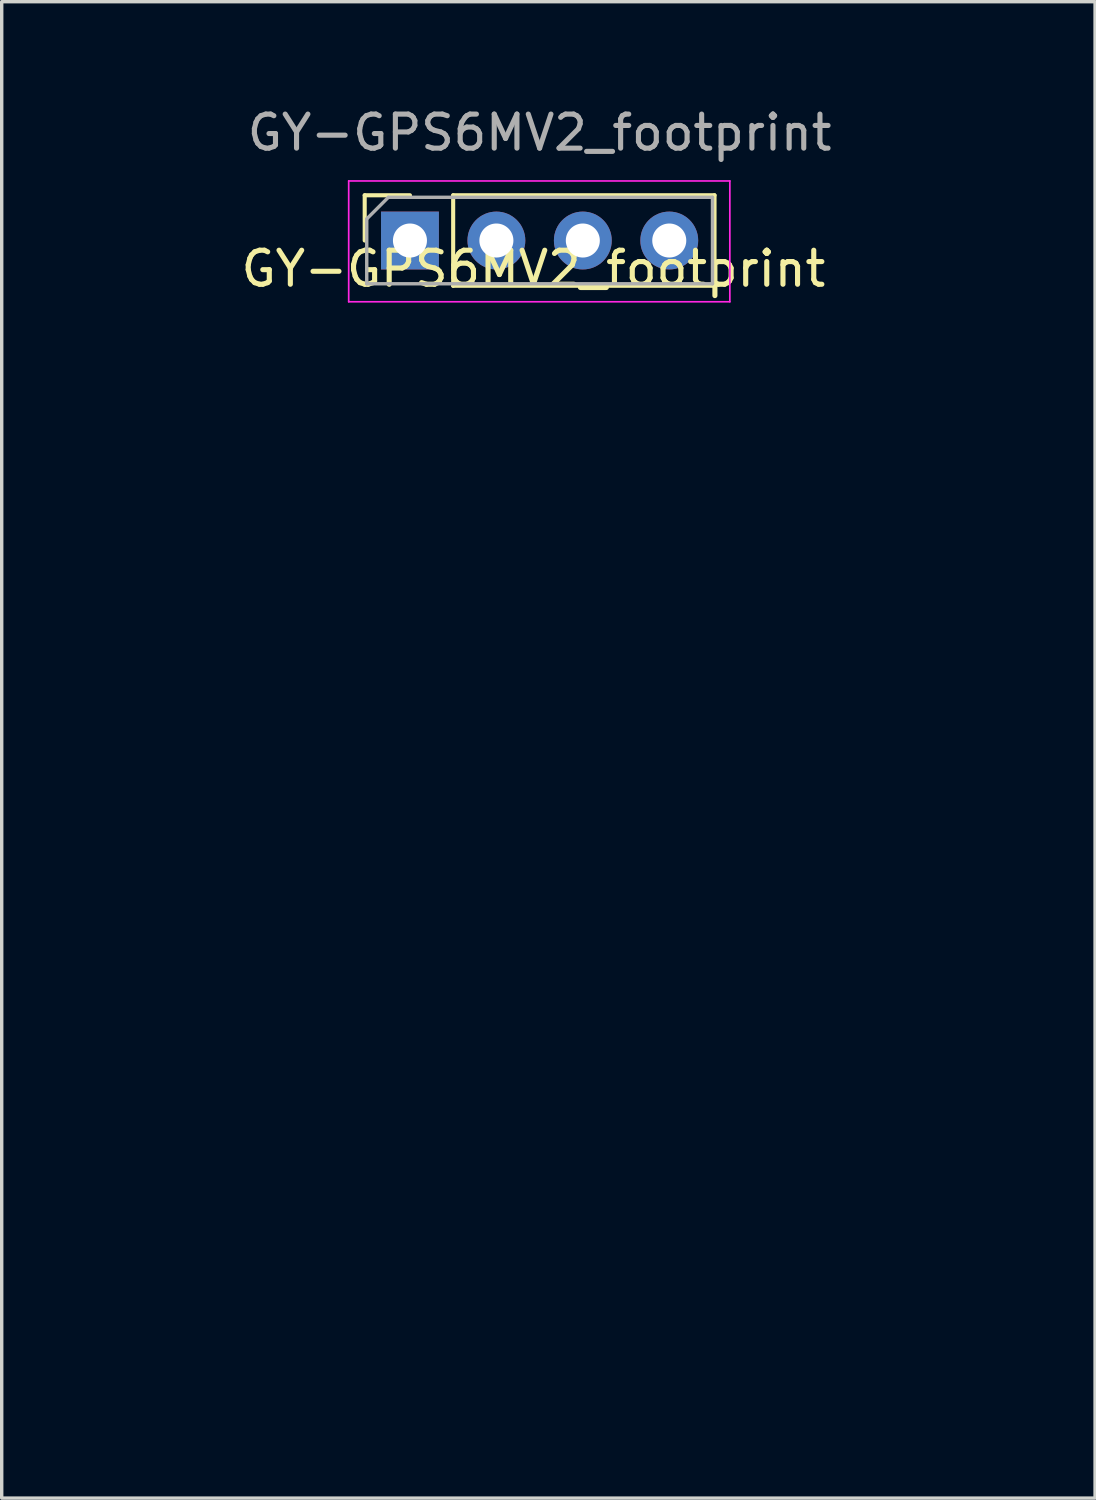
<source format=kicad_pcb>
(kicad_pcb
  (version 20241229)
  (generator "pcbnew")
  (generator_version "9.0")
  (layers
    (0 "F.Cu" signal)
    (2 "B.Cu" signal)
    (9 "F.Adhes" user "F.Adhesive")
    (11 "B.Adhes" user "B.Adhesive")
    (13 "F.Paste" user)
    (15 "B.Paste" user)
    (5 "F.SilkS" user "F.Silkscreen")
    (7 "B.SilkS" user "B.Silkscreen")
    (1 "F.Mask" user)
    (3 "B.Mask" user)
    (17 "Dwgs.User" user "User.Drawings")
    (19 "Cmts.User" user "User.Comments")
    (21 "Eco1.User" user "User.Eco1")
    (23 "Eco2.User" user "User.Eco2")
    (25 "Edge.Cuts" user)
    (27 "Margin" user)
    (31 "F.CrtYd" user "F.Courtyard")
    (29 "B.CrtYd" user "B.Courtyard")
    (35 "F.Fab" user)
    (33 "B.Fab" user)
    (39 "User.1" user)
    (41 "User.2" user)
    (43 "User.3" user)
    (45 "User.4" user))
  (footprint "GY-GPS6MV2_footprint"
    (layer "F.Cu")
    (at 12.625 3.848)
    (property "Reference" "GY-GPS6MV2_footprint" (at 0 1 0) (layer "F.SilkS") (effects (font (size 1 1) (thickness 0.15))))
    (attr smd)
    (fp_line (start -4.958 -1.16) (end -3.628 -1.16) (stroke (width 0.12) (type solid)) (layer "F.SilkS"))
    (fp_line (start -4.958 0.17) (end -4.958 -1.16) (stroke (width 0.12) (type solid)) (layer "F.SilkS"))
    (fp_line (start -2.358 -1.16) (end 5.322 -1.16) (stroke (width 0.12) (type solid)) (layer "F.SilkS"))
    (fp_line (start -2.358 1.5) (end -2.358 -1.16) (stroke (width 0.12) (type solid)) (layer "F.SilkS"))
    (fp_line (start -2.358 1.5) (end 5.322 1.5) (stroke (width 0.12) (type solid)) (layer "F.SilkS"))
    (fp_line (start 5.322 1.5) (end 5.322 -1.16) (stroke (width 0.12) (type solid)) (layer "F.SilkS"))
    (fp_line (start -5.428 -1.58) (end 5.772 -1.58) (stroke (width 0.05) (type solid)) (layer "F.CrtYd"))
    (fp_line (start -5.428 1.97) (end -5.428 -1.58) (stroke (width 0.05) (type solid)) (layer "F.CrtYd"))
    (fp_line (start 5.772 -1.58) (end 5.772 1.97) (stroke (width 0.05) (type solid)) (layer "F.CrtYd"))
    (fp_line (start 5.772 1.97) (end -5.428 1.97) (stroke (width 0.05) (type solid)) (layer "F.CrtYd"))
    (fp_line (start -4.898 -0.465) (end -4.263 -1.1) (stroke (width 0.1) (type solid)) (layer "F.Fab"))
    (fp_line (start -4.898 1.44) (end -4.898 -0.465) (stroke (width 0.1) (type solid)) (layer "F.Fab"))
    (fp_line (start -4.263 -1.1) (end 5.262 -1.1) (stroke (width 0.1) (type solid)) (layer "F.Fab"))
    (fp_line (start 5.262 -1.1) (end 5.262 1.44) (stroke (width 0.1) (type solid)) (layer "F.Fab"))
    (fp_line (start 5.262 1.44) (end -4.898 1.44) (stroke (width 0.1) (type solid)) (layer "F.Fab"))
    (fp_line (start -12.6 -1.5) (end -12.6 34.1) (stroke (width 0.05) (type solid)) (layer "User.1"))
    (fp_line (start -12.6 34.1) (end 13.48 34.1) (stroke (width 0.05) (type solid)) (layer "User.1"))
    (fp_line (start -12 25.2) (end -12 25.45) (stroke (width 0.05) (type solid)) (layer "User.1"))
    (fp_line (start -12 25.45) (end -12 26.75) (stroke (width 0.05) (type solid)) (layer "User.1"))
    (fp_line (start -12 26.75) (end -12 27) (stroke (width 0.05) (type solid)) (layer "User.1"))
    (fp_line (start -12 26.75) (end -11.2 26.75) (stroke (width 0.05) (type solid)) (layer "User.1"))
    (fp_line (start -12 27) (end -11.2 27) (stroke (width 0.05) (type solid)) (layer "User.1"))
    (fp_line (start -12 27.2) (end -11.2 27.2) (stroke (width 0.05) (type solid)) (layer "User.1"))
    (fp_line (start -11.58 11.338) (end -11.58 14.538) (stroke (width 0.05) (type solid)) (layer "User.1"))
    (fp_line (start -11.58 14.538) (end -9.78 14.538) (stroke (width 0.05) (type solid)) (layer "User.1"))
    (fp_line (start -11.58 14.738) (end -9.78 14.738) (stroke (width 0.05) (type solid)) (layer "User.1"))
    (fp_line (start -11.537 16.938) (end -11.537 21.438) (stroke (width 0.05) (type solid)) (layer "User.1"))
    (fp_line (start -11.537 21.438) (end -8.537 21.438) (stroke (width 0.05) (type solid)) (layer "User.1"))
    (fp_line (start -11.2 25) (end -12 25) (stroke (width 0.05) (type solid)) (layer "User.1"))
    (fp_line (start -11.2 25.2) (end -12 25.2) (stroke (width 0.05) (type solid)) (layer "User.1"))
    (fp_line (start -11.2 25.45) (end -12 25.45) (stroke (width 0.05) (type solid)) (layer "User.1"))
    (fp_line (start -11.2 25.45) (end -11.2 25.2) (stroke (width 0.05) (type solid)) (layer "User.1"))
    (fp_line (start -11.2 26.75) (end -11.2 25.45) (stroke (width 0.05) (type solid)) (layer "User.1"))
    (fp_line (start -11.2 27) (end -11.2 26.75) (stroke (width 0.05) (type solid)) (layer "User.1"))
    (fp_line (start -10.4 25.2) (end -10.4 27) (stroke (width 0.05) (type solid)) (layer "User.1"))
    (fp_line (start -10.4 27) (end -9.6 27) (stroke (width 0.05) (type solid)) (layer "User.1"))
    (fp_line (start -10.4 27.2) (end -9.6 27.2) (stroke (width 0.05) (type solid)) (layer "User.1"))
    (fp_line (start -9.78 11.138) (end -11.58 11.138) (stroke (width 0.05) (type solid)) (layer "User.1"))
    (fp_line (start -9.78 11.338) (end -11.58 11.338) (stroke (width 0.05) (type solid)) (layer "User.1"))
    (fp_line (start -9.78 14.538) (end -9.78 11.338) (stroke (width 0.05) (type solid)) (layer "User.1"))
    (fp_line (start -9.6 25) (end -10.4 25) (stroke (width 0.05) (type solid)) (layer "User.1"))
    (fp_line (start -9.6 25.2) (end -10.4 25.2) (stroke (width 0.05) (type solid)) (layer "User.1"))
    (fp_line (start -9.6 27) (end -9.6 25.2) (stroke (width 0.05) (type solid)) (layer "User.1"))
    (fp_line (start -9.08 12.238) (end -9.08 13.738) (stroke (width 0.05) (type solid)) (layer "User.1"))
    (fp_line (start -9.08 13.738) (end -8.28 13.738) (stroke (width 0.05) (type solid)) (layer "User.1"))
    (fp_line (start -9.08 13.938) (end -8.28 13.938) (stroke (width 0.05) (type solid)) (layer "User.1"))
    (fp_line (start -8.537 16.938) (end -11.537 16.938) (stroke (width 0.05) (type solid)) (layer "User.1"))
    (fp_line (start -8.537 21.438) (end -8.537 16.938) (stroke (width 0.05) (type solid)) (layer "User.1"))
    (fp_line (start -8.28 12.038) (end -9.08 12.038) (stroke (width 0.05) (type solid)) (layer "User.1"))
    (fp_line (start -8.28 12.238) (end -9.08 12.238) (stroke (width 0.05) (type solid)) (layer "User.1"))
    (fp_line (start -8.28 13.738) (end -8.28 12.238) (stroke (width 0.05) (type solid)) (layer "User.1"))
    (fp_line (start -7.68 12.463) (end -7.68 24.063) (stroke (width 0.05) (type solid)) (layer "User.1"))
    (fp_line (start -7.48 12.463) (end -7.48 24.063) (stroke (width 0.05) (type solid)) (layer "User.1"))
    (fp_line (start -7.48 24.063) (end 7.82 24.063) (stroke (width 0.05) (type solid)) (layer "User.1"))
    (fp_line (start -7.48 24.263) (end 7.82 24.263) (stroke (width 0.05) (type solid)) (layer "User.1"))
    (fp_line (start -4.88 4.963) (end -4.88 6.763) (stroke (width 0.05) (type solid)) (layer "User.1"))
    (fp_line (start -4.88 6.763) (end -4.08 6.763) (stroke (width 0.05) (type solid)) (layer "User.1"))
    (fp_line (start -4.88 6.963) (end -4.08 6.963) (stroke (width 0.05) (type solid)) (layer "User.1"))
    (fp_line (start -4.08 4.763) (end -4.88 4.763) (stroke (width 0.05) (type solid)) (layer "User.1"))
    (fp_line (start -4.08 4.963) (end -4.88 4.963) (stroke (width 0.05) (type solid)) (layer "User.1"))
    (fp_line (start -4.08 6.763) (end -4.08 4.963) (stroke (width 0.05) (type solid)) (layer "User.1"))
    (fp_line (start -3.68 4.963) (end -3.68 6.763) (stroke (width 0.05) (type solid)) (layer "User.1"))
    (fp_line (start -3.68 6.763) (end -2.88 6.763) (stroke (width 0.05) (type solid)) (layer "User.1"))
    (fp_line (start -3.68 6.963) (end -2.88 6.963) (stroke (width 0.05) (type solid)) (layer "User.1"))
    (fp_line (start -2.88 4.763) (end -3.68 4.763) (stroke (width 0.05) (type solid)) (layer "User.1"))
    (fp_line (start -2.88 4.963) (end -3.68 4.963) (stroke (width 0.05) (type solid)) (layer "User.1"))
    (fp_line (start -2.88 6.763) (end -2.88 4.963) (stroke (width 0.05) (type solid)) (layer "User.1"))
    (fp_line (start -2.58 5.163) (end -2.58 6.663) (stroke (width 0.05) (type solid)) (layer "User.1"))
    (fp_line (start -2.58 6.663) (end -1.78 6.663) (stroke (width 0.05) (type solid)) (layer "User.1"))
    (fp_line (start -2.58 6.863) (end -1.78 6.863) (stroke (width 0.05) (type solid)) (layer "User.1"))
    (fp_line (start -1.78 4.963) (end -2.58 4.963) (stroke (width 0.05) (type solid)) (layer "User.1"))
    (fp_line (start -1.78 5.163) (end -2.58 5.163) (stroke (width 0.05) (type solid)) (layer "User.1"))
    (fp_line (start -1.78 6.663) (end -1.78 5.163) (stroke (width 0.05) (type solid)) (layer "User.1"))
    (fp_line (start -0.28 4.463) (end -0.28 7.263) (stroke (width 0.05) (type solid)) (layer "User.1"))
    (fp_line (start -0.28 7.263) (end 1.72 7.263) (stroke (width 0.05) (type solid)) (layer "User.1"))
    (fp_line (start 1.72 4.463) (end -0.28 4.463) (stroke (width 0.05) (type solid)) (layer "User.1"))
    (fp_line (start 1.72 7.263) (end 1.72 4.463) (stroke (width 0.05) (type solid)) (layer "User.1"))
    (fp_line (start 2.24 25.547) (end 2.24 27.047) (stroke (width 0.05) (type solid)) (layer "User.1"))
    (fp_line (start 2.24 27.047) (end 3.04 27.047) (stroke (width 0.05) (type solid)) (layer "User.1"))
    (fp_line (start 2.24 27.247) (end 3.04 27.247) (stroke (width 0.05) (type solid)) (layer "User.1"))
    (fp_line (start 3.04 25.347) (end 2.24 25.347) (stroke (width 0.05) (type solid)) (layer "User.1"))
    (fp_line (start 3.04 25.547) (end 2.24 25.547) (stroke (width 0.05) (type solid)) (layer "User.1"))
    (fp_line (start 3.04 27.047) (end 3.04 25.547) (stroke (width 0.05) (type solid)) (layer "User.1"))
    (fp_line (start 3.42 5.163) (end 3.42 6.663) (stroke (width 0.05) (type solid)) (layer "User.1"))
    (fp_line (start 3.42 6.663) (end 4.22 6.663) (stroke (width 0.05) (type solid)) (layer "User.1"))
    (fp_line (start 3.42 6.863) (end 4.22 6.863) (stroke (width 0.05) (type solid)) (layer "User.1"))
    (fp_line (start 3.84 26.797) (end 3.84 27.997) (stroke (width 0.05) (type solid)) (layer "User.1"))
    (fp_line (start 4.04 26.797) (end 4.04 27.997) (stroke (width 0.05) (type solid)) (layer "User.1"))
    (fp_line (start 4.04 27.997) (end 6.04 27.997) (stroke (width 0.05) (type solid)) (layer "User.1"))
    (fp_line (start 4.22 4.963) (end 3.42 4.963) (stroke (width 0.05) (type solid)) (layer "User.1"))
    (fp_line (start 4.22 5.163) (end 3.42 5.163) (stroke (width 0.05) (type solid)) (layer "User.1"))
    (fp_line (start 4.22 6.663) (end 4.22 5.163) (stroke (width 0.05) (type solid)) (layer "User.1"))
    (fp_line (start 4.49 29.8) (end 4.49 32.4) (stroke (width 0.05) (type solid)) (layer "User.1"))
    (fp_line (start 4.49 32.4) (end 7.19 32.4) (stroke (width 0.05) (type solid)) (layer "User.1"))
    (fp_line (start 6.04 26.797) (end 4.04 26.797) (stroke (width 0.05) (type solid)) (layer "User.1"))
    (fp_line (start 6.04 27.997) (end 6.04 26.797) (stroke (width 0.05) (type solid)) (layer "User.1"))
    (fp_line (start 6.24 27.997) (end 6.24 26.797) (stroke (width 0.05) (type solid)) (layer "User.1"))
    (fp_line (start 7.19 29.8) (end 4.49 29.8) (stroke (width 0.05) (type solid)) (layer "User.1"))
    (fp_line (start 7.19 32.4) (end 7.19 29.8) (stroke (width 0.05) (type solid)) (layer "User.1"))
    (fp_line (start 7.82 12.263) (end -7.48 12.263) (stroke (width 0.05) (type solid)) (layer "User.1"))
    (fp_line (start 7.82 12.463) (end -7.48 12.463) (stroke (width 0.05) (type solid)) (layer "User.1"))
    (fp_line (start 7.82 24.063) (end 7.82 12.463) (stroke (width 0.05) (type solid)) (layer "User.1"))
    (fp_line (start 8.02 24.063) (end 8.02 12.463) (stroke (width 0.05) (type solid)) (layer "User.1"))
    (fp_line (start 8.02 24.063) (end 8.02 12.463) (stroke (width 0.05) (type solid)) (layer "User.1"))
    (fp_line (start 13.48 -1.5) (end -12.6 -1.5) (stroke (width 0.05) (type solid)) (layer "User.1"))
    (fp_line (start 13.48 34.1) (end 13.48 -1.5) (stroke (width 0.05) (type solid)) (layer "User.1"))
    (fp_arc (start -12.521397 7.000025) (mid -10.021397 4.500025) (end -7.521397 7.000025) (stroke (width 0.05) (type solid)) (layer "User.1"))
    (fp_arc (start -12.521397 7.000025) (mid -10.021397 4.500025) (end -7.521397 7.000025) (stroke (width 0.05) (type solid)) (layer "User.1"))
    (fp_arc (start -7.68 12.462763) (mid -7.621421 12.321342) (end -7.48 12.262763) (stroke (width 0.05) (type solid)) (layer "User.1"))
    (fp_arc (start -7.68 12.462763) (mid -7.621421 12.321342) (end -7.48 12.262763) (stroke (width 0.05) (type solid)) (layer "User.1"))
    (fp_arc (start -7.521397 7.000025) (mid -10.021397 9.500025) (end -12.521397 7.000025) (stroke (width 0.05) (type solid)) (layer "User.1"))
    (fp_arc (start -7.521397 7.000025) (mid -10.021397 9.500025) (end -12.521397 7.000025) (stroke (width 0.05) (type solid)) (layer "User.1"))
    (fp_arc (start -7.48 24.262763) (mid -7.621421 24.204184) (end -7.68 24.062763) (stroke (width 0.05) (type solid)) (layer "User.1"))
    (fp_arc (start -7.48 24.262763) (mid -7.621421 24.204184) (end -7.68 24.062763) (stroke (width 0.05) (type solid)) (layer "User.1"))
    (fp_arc (start 4.84 31.1) (mid 5.84 30.1) (end 6.84 31.1) (stroke (width 0.05) (type solid)) (layer "User.1"))
    (fp_arc (start 4.84 31.1) (mid 5.84 30.1) (end 6.84 31.1) (stroke (width 0.05) (type solid)) (layer "User.1"))
    (fp_arc (start 4.99 31.1) (mid 5.84 30.25) (end 6.69 31.1) (stroke (width 0.05) (type solid)) (layer "User.1"))
    (fp_arc (start 4.99 31.1) (mid 5.84 30.25) (end 6.69 31.1) (stroke (width 0.05) (type solid)) (layer "User.1"))
    (fp_arc (start 5.59 31.1) (mid 5.84 30.85) (end 6.09 31.1) (stroke (width 0.05) (type solid)) (layer "User.1"))
    (fp_arc (start 5.59 31.1) (mid 5.84 30.85) (end 6.09 31.1) (stroke (width 0.05) (type solid)) (layer "User.1"))
    (fp_arc (start 6.09 31.1) (mid 5.84 31.35) (end 5.59 31.1) (stroke (width 0.05) (type solid)) (layer "User.1"))
    (fp_arc (start 6.09 31.1) (mid 5.84 31.35) (end 5.59 31.1) (stroke (width 0.05) (type solid)) (layer "User.1"))
    (fp_arc (start 6.69 31.1) (mid 5.84 31.95) (end 4.99 31.1) (stroke (width 0.05) (type solid)) (layer "User.1"))
    (fp_arc (start 6.69 31.1) (mid 5.84 31.95) (end 4.99 31.1) (stroke (width 0.05) (type solid)) (layer "User.1"))
    (fp_arc (start 6.84 31.1) (mid 5.84 32.1) (end 4.84 31.1) (stroke (width 0.05) (type solid)) (layer "User.1"))
    (fp_arc (start 6.84 31.1) (mid 5.84 32.1) (end 4.84 31.1) (stroke (width 0.05) (type solid)) (layer "User.1"))
    (fp_arc (start 7.82 12.262763) (mid 7.961421 12.321342) (end 8.02 12.462763) (stroke (width 0.05) (type solid)) (layer "User.1"))
    (fp_arc (start 7.82 12.262763) (mid 7.961421 12.321342) (end 8.02 12.462763) (stroke (width 0.05) (type solid)) (layer "User.1"))
    (fp_arc (start 7.82 12.262763) (mid 7.961421 12.321342) (end 8.02 12.462763) (stroke (width 0.05) (type solid)) (layer "User.1"))
    (fp_arc (start 8.02 24.062763) (mid 7.961421 24.204184) (end 7.82 24.262763) (stroke (width 0.05) (type solid)) (layer "User.1"))
    (fp_arc (start 8.02 24.062763) (mid 7.961421 24.204184) (end 7.82 24.262763) (stroke (width 0.05) (type solid)) (layer "User.1"))
    (fp_arc (start 8.02 24.062763) (mid 7.961421 24.204184) (end 7.82 24.262763) (stroke (width 0.05) (type solid)) (layer "User.1"))
    (fp_circle (center -10.039 1) (end -12.039 1) (stroke (width 0.05) (type solid)) (fill no) (layer "User.1"))
    (fp_circle (center -10.039 1) (end -11.639 1) (stroke (width 0.05) (type solid)) (fill no) (layer "User.1"))
    (fp_circle (center -10.021 7) (end -12.321 7) (stroke (width 0.05) (type solid)) (fill no) (layer "User.1"))
    (fp_circle (center -10 31.5) (end -12 31.5) (stroke (width 0.05) (type solid)) (fill no) (layer "User.1"))
    (fp_circle (center -10 31.5) (end -11.6 31.5) (stroke (width 0.05) (type solid)) (fill no) (layer "User.1"))
    (fp_circle (center -3.634 0.16) (end -4.634 0.16) (stroke (width 0.05) (type solid)) (fill no) (layer "User.1"))
    (fp_circle (center -3.634 0.16) (end -4.114 0.16) (stroke (width 0.05) (type solid)) (fill no) (layer "User.1"))
    (fp_circle (center -1.314 31) (end -3.414 31) (stroke (width 0.05) (type solid)) (fill no) (layer "User.1"))
    (fp_circle (center -1.094 0.16) (end -2.094 0.16) (stroke (width 0.05) (type solid)) (fill no) (layer "User.1"))
    (fp_circle (center -1.094 0.16) (end -1.574 0.16) (stroke (width 0.05) (type solid)) (fill no) (layer "User.1"))
    (fp_circle (center 1.446 0.16) (end 0.446 0.16) (stroke (width 0.05) (type solid)) (fill no) (layer "User.1"))
    (fp_circle (center 1.446 0.16) (end 0.966 0.16) (stroke (width 0.05) (type solid)) (fill no) (layer "User.1"))
    (fp_circle (center 3.986 0.16) (end 2.986 0.16) (stroke (width 0.05) (type solid)) (fill no) (layer "User.1"))
    (fp_circle (center 3.986 0.16) (end 3.506 0.16) (stroke (width 0.05) (type solid)) (fill no) (layer "User.1"))
    (fp_circle (center 5.84 31.1) (end 5.79 31.1) (stroke (width 0.05) (type solid)) (fill no) (layer "User.1"))
    (fp_circle (center 10.301 1) (end 8.301 1) (stroke (width 0.05) (type solid)) (fill no) (layer "User.1"))
    (fp_circle (center 10.301 1) (end 8.701 1) (stroke (width 0.05) (type solid)) (fill no) (layer "User.1"))
    (fp_circle (center 10.34 31.5) (end 8.34 31.5) (stroke (width 0.05) (type solid)) (fill no) (layer "User.1"))
    (fp_circle (center 10.34 31.5) (end 8.74 31.5) (stroke (width 0.05) (type solid)) (fill no) (layer "User.1"))
    (fp_text user "${REFERENCE}" (at 0.182 -3 180) (layer "F.Fab") (effects (font (size 1 1) (thickness 0.15))))
    (pad "1" thru_hole circle (at 3.992 0.17 90) (size 1.7 1.7) (drill 1) (layers "*.Cu" "*.Mask"))
    (pad "2" thru_hole circle (at 1.452 0.17 90) (size 1.7 1.7) (drill 1) (layers "*.Cu" "*.Mask"))
    (pad "3" thru_hole circle (at -1.088 0.17 90) (size 1.7 1.7) (drill 1) (layers "*.Cu" "*.Mask"))
    (pad "4" thru_hole rect (at -3.628 0.17 90) (size 1.7 1.7) (drill 1) (layers "*.Cu" "*.Mask")))
  (gr_rect
    (start -3 -3)
    (end 29.13 40.973)
    (stroke (width 0.1) (type default))
    (fill no)
    (layer "Edge.Cuts")))
</source>
